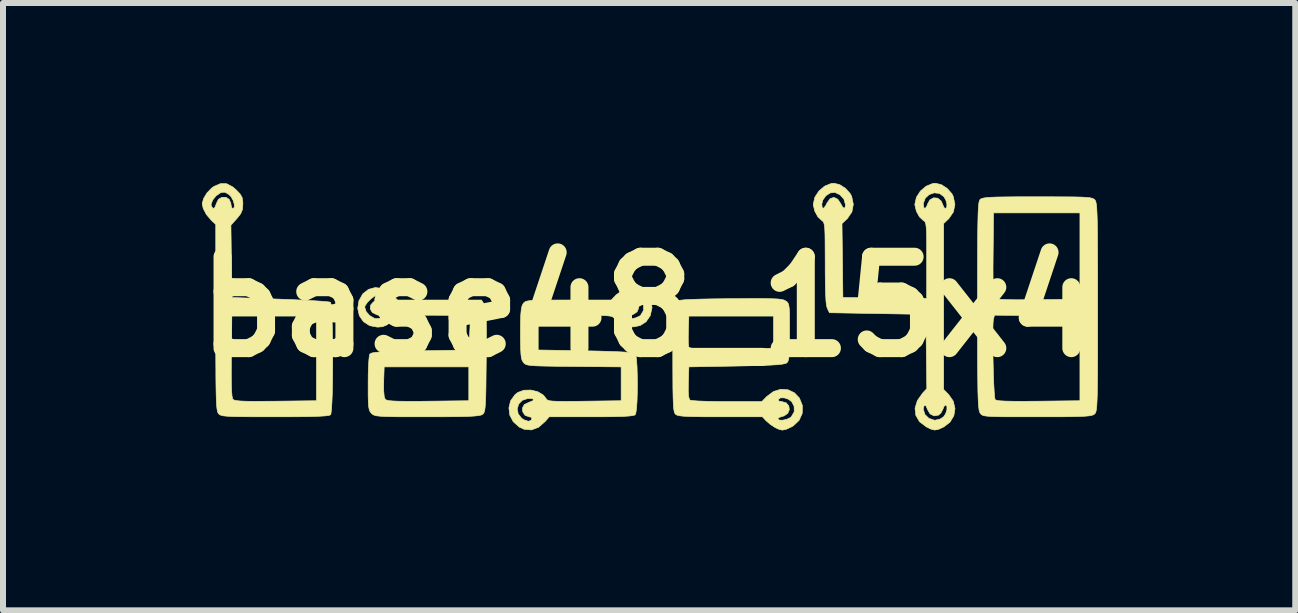
<source format=kicad_pcb>
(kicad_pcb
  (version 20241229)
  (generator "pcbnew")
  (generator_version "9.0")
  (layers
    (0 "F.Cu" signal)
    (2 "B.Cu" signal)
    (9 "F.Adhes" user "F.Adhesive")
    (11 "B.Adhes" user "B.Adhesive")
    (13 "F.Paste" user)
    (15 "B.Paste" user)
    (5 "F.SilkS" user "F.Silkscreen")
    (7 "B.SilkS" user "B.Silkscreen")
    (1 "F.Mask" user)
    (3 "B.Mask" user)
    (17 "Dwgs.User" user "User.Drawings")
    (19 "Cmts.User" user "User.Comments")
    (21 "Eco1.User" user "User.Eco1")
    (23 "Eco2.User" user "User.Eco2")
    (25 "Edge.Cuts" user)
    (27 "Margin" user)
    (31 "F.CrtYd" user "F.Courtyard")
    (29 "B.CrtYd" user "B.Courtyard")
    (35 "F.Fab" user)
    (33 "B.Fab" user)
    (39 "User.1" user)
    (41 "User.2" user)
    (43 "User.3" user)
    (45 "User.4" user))
  (footprint "base48_15x4"
    (layer "F.Cu")
    (at 7.772 2.065)
    (property "Reference" "base48_15x4" (at 0 0 0) (layer "F.SilkS") (effects (font (size 1.524 1.524) (thickness 0.3))))
    (attr through_hole)
    (fp_poly (pts (xy -7.043 -2.052) (xy -6.94 -1.997) (xy -6.887 -1.952) (xy -6.82 -1.882) (xy -6.786 -1.824) (xy -6.774 -1.754) (xy -6.773 -1.712) (xy -6.78 -1.622) (xy -6.809 -1.552) (xy -6.869 -1.475) (xy -6.873 -1.471) (xy -6.972 -1.361) (xy -6.964 -0.758) (xy -6.957 -0.155) (xy -6.152 -0.127) (xy -5.944 -0.119) (xy -5.753 -0.11) (xy -5.587 -0.101) (xy -5.454 -0.092) (xy -5.361 -0.084) (xy -5.315 -0.077) (xy -5.313 -0.076) (xy -5.303 -0.042) (xy -5.294 0.04) (xy -5.287 0.162) (xy -5.282 0.316) (xy -5.278 0.494) (xy -5.275 0.687) (xy -5.275 0.887) (xy -5.276 1.086) (xy -5.278 1.276) (xy -5.282 1.449) (xy -5.288 1.596) (xy -5.295 1.709) (xy -5.304 1.78) (xy -5.311 1.801) (xy -5.338 1.811) (xy -5.4 1.819) (xy -5.499 1.825) (xy -5.64 1.83) (xy -5.828 1.833) (xy -6.065 1.834) (xy -6.238 1.834) (xy -6.488 1.834) (xy -6.686 1.833) (xy -6.841 1.832) (xy -6.957 1.829) (xy -7.041 1.824) (xy -7.099 1.818) (xy -7.138 1.809) (xy -7.162 1.797) (xy -7.178 1.783) (xy -7.178 1.783) (xy -7.188 1.768) (xy -7.197 1.743) (xy -7.204 1.705) (xy -7.21 1.648) (xy -7.215 1.569) (xy -7.218 1.463) (xy -7.221 1.325) (xy -7.223 1.151) (xy -7.223 1.069) (xy -6.966 1.069) (xy -6.965 1.255) (xy -6.961 1.393) (xy -6.954 1.484) (xy -6.944 1.534) (xy -6.939 1.542) (xy -6.919 1.555) (xy -6.879 1.564) (xy -6.811 1.571) (xy -6.711 1.575) (xy -6.571 1.576) (xy -6.385 1.575) (xy -6.226 1.574) (xy -5.546 1.566) (xy -5.546 0.155) (xy -6.957 0.155) (xy -6.964 0.829) (xy -6.966 1.069) (xy -7.223 1.069) (xy -7.224 0.936) (xy -7.225 0.677) (xy -7.225 0.367) (xy -7.225 0.179) (xy -7.225 -1.373) (xy -7.298 -1.441) (xy -7.381 -1.538) (xy -7.435 -1.642) (xy -7.449 -1.713) (xy -7.302 -1.713) (xy -7.299 -1.679) (xy -7.271 -1.64) (xy -7.241 -1.653) (xy -7.217 -1.714) (xy -7.215 -1.721) (xy -7.18 -1.792) (xy -7.122 -1.826) (xy -7.056 -1.826) (xy -7.001 -1.791) (xy -6.972 -1.724) (xy -6.971 -1.704) (xy -6.96 -1.653) (xy -6.941 -1.637) (xy -6.916 -1.658) (xy -6.916 -1.71) (xy -6.936 -1.776) (xy -6.972 -1.839) (xy -7.005 -1.872) (xy -7.068 -1.909) (xy -7.121 -1.909) (xy -7.152 -1.897) (xy -7.221 -1.848) (xy -7.275 -1.781) (xy -7.302 -1.713) (xy -7.449 -1.713) (xy -7.451 -1.719) (xy -7.428 -1.805) (xy -7.371 -1.899) (xy -7.292 -1.98) (xy -7.255 -2.007) (xy -7.144 -2.054) (xy -7.043 -2.052)) (stroke (width 0.01) (type solid)) (fill yes) (layer "F.SilkS"))
    (fp_poly (pts (xy -4.445 -0.306) (xy -4.327 -0.244) (xy -4.276 -0.198) (xy -4.195 -0.113) (xy -2.795 -0.113) (xy -2.751 -0.045) (xy -2.739 -0.02) (xy -2.729 0.018) (xy -2.721 0.075) (xy -2.716 0.157) (xy -2.714 0.269) (xy -2.712 0.419) (xy -2.713 0.612) (xy -2.715 0.855) (xy -2.715 0.888) (xy -2.718 1.133) (xy -2.72 1.327) (xy -2.723 1.477) (xy -2.728 1.589) (xy -2.733 1.669) (xy -2.74 1.723) (xy -2.75 1.758) (xy -2.762 1.78) (xy -2.777 1.794) (xy -2.778 1.794) (xy -2.804 1.806) (xy -2.849 1.815) (xy -2.919 1.822) (xy -3.019 1.828) (xy -3.157 1.831) (xy -3.336 1.833) (xy -3.563 1.834) (xy -3.703 1.834) (xy -3.947 1.834) (xy -4.142 1.834) (xy -4.293 1.832) (xy -4.406 1.829) (xy -4.487 1.824) (xy -4.544 1.818) (xy -4.582 1.808) (xy -4.607 1.796) (xy -4.625 1.781) (xy -4.628 1.778) (xy -4.65 1.752) (xy -4.665 1.719) (xy -4.675 1.668) (xy -4.681 1.591) (xy -4.684 1.478) (xy -4.684 1.398) (xy -4.425 1.398) (xy -4.416 1.497) (xy -4.4 1.541) (xy -4.38 1.554) (xy -4.341 1.564) (xy -4.277 1.57) (xy -4.18 1.574) (xy -4.045 1.576) (xy -3.864 1.576) (xy -3.686 1.574) (xy -3.006 1.566) (xy -3.006 1.002) (xy -4.417 1.002) (xy -4.425 1.252) (xy -4.425 1.398) (xy -4.684 1.398) (xy -4.684 1.321) (xy -4.684 1.277) (xy -4.683 1.122) (xy -4.678 0.985) (xy -4.671 0.876) (xy -4.663 0.807) (xy -4.657 0.79) (xy -4.642 0.778) (xy -4.608 0.767) (xy -4.551 0.759) (xy -4.465 0.752) (xy -4.344 0.746) (xy -4.181 0.741) (xy -3.972 0.737) (xy -3.818 0.734) (xy -3.006 0.72) (xy -2.992 0.458) (xy -2.986 0.34) (xy -2.984 0.244) (xy -2.985 0.182) (xy -2.987 0.169) (xy -3.018 0.159) (xy -3.1 0.152) (xy -3.228 0.146) (xy -3.397 0.142) (xy -3.59 0.141) (xy -4.184 0.141) (xy -4.293 0.24) (xy -4.373 0.303) (xy -4.444 0.332) (xy -4.529 0.339) (xy -4.66 0.314) (xy -4.763 0.247) (xy -4.831 0.148) (xy -4.858 0.026) (xy -4.855 0.008) (xy -4.741 0.008) (xy -4.717 0.081) (xy -4.657 0.148) (xy -4.582 0.191) (xy -4.542 0.198) (xy -4.483 0.19) (xy -4.459 0.173) (xy -4.483 0.15) (xy -4.54 0.132) (xy -4.614 0.096) (xy -4.649 0.037) (xy -4.643 -0.028) (xy -4.597 -0.081) (xy -4.54 -0.104) (xy -4.482 -0.128) (xy -4.471 -0.161) (xy -4.508 -0.188) (xy -4.525 -0.193) (xy -4.574 -0.179) (xy -4.636 -0.134) (xy -4.696 -0.075) (xy -4.735 -0.017) (xy -4.741 0.008) (xy -4.855 0.008) (xy -4.838 -0.1) (xy -4.773 -0.216) (xy -4.679 -0.29) (xy -4.566 -0.321) (xy -4.445 -0.306)) (stroke (width 0.01) (type solid)) (fill yes) (layer "F.SilkS"))
    (fp_poly (pts (xy 6.727 -1.834) (xy 6.928 -1.833) (xy 7.085 -1.832) (xy 7.204 -1.829) (xy 7.29 -1.824) (xy 7.35 -1.818) (xy 7.389 -1.809) (xy 7.414 -1.798) (xy 7.431 -1.784) (xy 7.432 -1.783) (xy 7.442 -1.768) (xy 7.45 -1.745) (xy 7.457 -1.708) (xy 7.463 -1.654) (xy 7.467 -1.578) (xy 7.471 -1.477) (xy 7.474 -1.345) (xy 7.476 -1.179) (xy 7.477 -0.975) (xy 7.478 -0.728) (xy 7.479 -0.434) (xy 7.479 -0.089) (xy 7.479 0.005) (xy 7.479 0.362) (xy 7.479 0.666) (xy 7.478 0.923) (xy 7.477 1.136) (xy 7.475 1.309) (xy 7.473 1.448) (xy 7.469 1.555) (xy 7.465 1.636) (xy 7.46 1.694) (xy 7.453 1.735) (xy 7.446 1.761) (xy 7.436 1.778) (xy 7.427 1.788) (xy 7.408 1.801) (xy 7.377 1.811) (xy 7.33 1.819) (xy 7.259 1.825) (xy 7.159 1.829) (xy 7.025 1.832) (xy 6.849 1.834) (xy 6.627 1.834) (xy 6.469 1.834) (xy 6.22 1.834) (xy 6.02 1.834) (xy 5.865 1.833) (xy 5.748 1.83) (xy 5.664 1.826) (xy 5.606 1.82) (xy 5.568 1.812) (xy 5.545 1.8) (xy 5.529 1.786) (xy 5.519 1.772) (xy 5.51 1.753) (xy 5.502 1.724) (xy 5.496 1.679) (xy 5.49 1.614) (xy 5.486 1.526) (xy 5.482 1.409) (xy 5.48 1.261) (xy 5.478 1.075) (xy 5.476 0.85) (xy 5.476 0.579) (xy 5.475 0.49) (xy 5.73 0.49) (xy 5.731 0.643) (xy 5.733 0.81) (xy 5.737 0.981) (xy 5.741 1.146) (xy 5.747 1.295) (xy 5.754 1.418) (xy 5.761 1.505) (xy 5.768 1.546) (xy 5.768 1.547) (xy 5.79 1.558) (xy 5.843 1.567) (xy 5.932 1.572) (xy 6.063 1.575) (xy 6.239 1.576) (xy 6.467 1.574) (xy 6.486 1.574) (xy 7.183 1.566) (xy 7.183 0.155) (xy 6.471 0.148) (xy 5.759 0.14) (xy 5.74 0.213) (xy 5.735 0.265) (xy 5.732 0.361) (xy 5.73 0.49) (xy 5.475 0.49) (xy 5.475 0.259) (xy 5.475 -0.018) (xy 5.475 -0.377) (xy 5.476 -0.636) (xy 5.734 -0.636) (xy 5.735 -0.447) (xy 5.739 -0.308) (xy 5.746 -0.213) (xy 5.755 -0.162) (xy 5.761 -0.151) (xy 5.781 -0.139) (xy 5.821 -0.129) (xy 5.888 -0.123) (xy 5.988 -0.119) (xy 6.127 -0.117) (xy 6.311 -0.118) (xy 6.488 -0.119) (xy 7.183 -0.127) (xy 7.183 -1.566) (xy 5.743 -1.566) (xy 5.736 -0.878) (xy 5.734 -0.636) (xy 5.476 -0.636) (xy 5.476 -0.684) (xy 5.477 -0.942) (xy 5.478 -1.156) (xy 5.48 -1.331) (xy 5.483 -1.47) (xy 5.486 -1.578) (xy 5.491 -1.658) (xy 5.496 -1.716) (xy 5.503 -1.754) (xy 5.511 -1.778) (xy 5.519 -1.79) (xy 5.538 -1.802) (xy 5.57 -1.812) (xy 5.62 -1.82) (xy 5.696 -1.826) (xy 5.803 -1.83) (xy 5.946 -1.832) (xy 6.132 -1.834) (xy 6.366 -1.834) (xy 6.475 -1.834) (xy 6.727 -1.834)) (stroke (width 0.01) (type solid)) (fill yes) (layer "F.SilkS"))
    (fp_poly (pts (xy 1.948 -0.137) (xy 2.064 -0.134) (xy 2.148 -0.13) (xy 2.207 -0.123) (xy 2.247 -0.113) (xy 2.273 -0.101) (xy 2.275 -0.099) (xy 2.3 -0.082) (xy 2.317 -0.06) (xy 2.329 -0.025) (xy 2.337 0.031) (xy 2.341 0.117) (xy 2.342 0.243) (xy 2.342 0.415) (xy 2.342 0.421) (xy 2.342 0.599) (xy 2.339 0.729) (xy 2.334 0.82) (xy 2.325 0.879) (xy 2.313 0.914) (xy 2.296 0.935) (xy 2.269 0.947) (xy 2.216 0.957) (xy 2.132 0.966) (xy 2.012 0.973) (xy 1.849 0.979) (xy 1.64 0.984) (xy 1.456 0.988) (xy 0.663 1.002) (xy 0.655 1.268) (xy 0.653 1.406) (xy 0.659 1.496) (xy 0.673 1.545) (xy 0.683 1.556) (xy 0.721 1.563) (xy 0.807 1.57) (xy 0.931 1.575) (xy 1.084 1.578) (xy 1.258 1.58) (xy 1.3 1.58) (xy 1.88 1.58) (xy 1.962 1.496) (xy 2.074 1.412) (xy 2.195 1.375) (xy 2.315 1.383) (xy 2.422 1.433) (xy 2.506 1.521) (xy 2.555 1.644) (xy 2.556 1.649) (xy 2.553 1.777) (xy 2.501 1.893) (xy 2.405 1.984) (xy 2.374 2.002) (xy 2.285 2.043) (xy 2.22 2.056) (xy 2.158 2.04) (xy 2.103 2.014) (xy 2.02 1.96) (xy 1.953 1.902) (xy 1.919 1.866) (xy 2.145 1.866) (xy 2.168 1.888) (xy 2.223 1.891) (xy 2.291 1.877) (xy 2.351 1.85) (xy 2.371 1.834) (xy 2.42 1.75) (xy 2.417 1.656) (xy 2.378 1.583) (xy 2.323 1.541) (xy 2.253 1.518) (xy 2.19 1.518) (xy 2.153 1.543) (xy 2.153 1.545) (xy 2.165 1.573) (xy 2.21 1.58) (xy 2.286 1.601) (xy 2.329 1.652) (xy 2.338 1.716) (xy 2.311 1.778) (xy 2.248 1.82) (xy 2.229 1.825) (xy 2.17 1.844) (xy 2.145 1.866) (xy 2.145 1.866) (xy 1.919 1.866) (xy 1.889 1.834) (xy 1.186 1.834) (xy 0.964 1.834) (xy 0.792 1.832) (xy 0.663 1.829) (xy 0.57 1.824) (xy 0.507 1.817) (xy 0.467 1.807) (xy 0.443 1.794) (xy 0.439 1.79) (xy 0.427 1.772) (xy 0.417 1.74) (xy 0.409 1.688) (xy 0.404 1.612) (xy 0.4 1.505) (xy 0.397 1.361) (xy 0.396 1.174) (xy 0.395 0.938) (xy 0.395 0.848) (xy 0.395 0.597) (xy 0.396 0.507) (xy 0.653 0.507) (xy 0.654 0.601) (xy 0.659 0.66) (xy 0.661 0.668) (xy 0.676 0.681) (xy 0.712 0.69) (xy 0.777 0.696) (xy 0.875 0.7) (xy 1.014 0.701) (xy 1.198 0.701) (xy 1.375 0.699) (xy 2.074 0.691) (xy 2.074 0.155) (xy 0.663 0.155) (xy 0.655 0.393) (xy 0.653 0.507) (xy 0.396 0.507) (xy 0.396 0.396) (xy 0.398 0.24) (xy 0.402 0.122) (xy 0.406 0.037) (xy 0.413 -0.021) (xy 0.422 -0.058) (xy 0.433 -0.08) (xy 0.442 -0.088) (xy 0.467 -0.1) (xy 0.516 -0.109) (xy 0.593 -0.117) (xy 0.704 -0.123) (xy 0.855 -0.128) (xy 1.05 -0.132) (xy 1.296 -0.135) (xy 1.348 -0.135) (xy 1.596 -0.137) (xy 1.794 -0.138) (xy 1.948 -0.137)) (stroke (width 0.01) (type solid)) (fill yes) (layer "F.SilkS"))
    (fp_poly (pts (xy 4.873 -2.036) (xy 4.97 -1.973) (xy 5.047 -1.887) (xy 5.07 -1.843) (xy 5.099 -1.709) (xy 5.074 -1.582) (xy 4.999 -1.472) (xy 4.993 -1.466) (xy 4.911 -1.388) (xy 4.911 1.379) (xy 4.993 1.461) (xy 5.071 1.573) (xy 5.1 1.696) (xy 5.081 1.816) (xy 5.017 1.923) (xy 4.914 2.002) (xy 4.826 2.043) (xy 4.761 2.055) (xy 4.695 2.038) (xy 4.622 2.002) (xy 4.51 1.917) (xy 4.447 1.81) (xy 4.436 1.707) (xy 4.572 1.707) (xy 4.597 1.793) (xy 4.663 1.859) (xy 4.753 1.89) (xy 4.77 1.891) (xy 4.852 1.872) (xy 4.911 1.834) (xy 4.945 1.781) (xy 4.965 1.717) (xy 4.966 1.663) (xy 4.945 1.637) (xy 4.942 1.637) (xy 4.917 1.661) (xy 4.899 1.707) (xy 4.864 1.773) (xy 4.826 1.806) (xy 4.751 1.819) (xy 4.684 1.785) (xy 4.641 1.712) (xy 4.64 1.707) (xy 4.615 1.649) (xy 4.589 1.642) (xy 4.573 1.686) (xy 4.572 1.707) (xy 4.436 1.707) (xy 4.434 1.69) (xy 4.473 1.563) (xy 4.562 1.437) (xy 4.63 1.365) (xy 4.622 0.746) (xy 4.614 0.127) (xy 3.811 0.113) (xy 3.007 0.099) (xy 2.972 0.028) (xy 2.959 -0.016) (xy 2.949 -0.096) (xy 2.943 -0.216) (xy 2.938 -0.382) (xy 2.936 -0.597) (xy 2.936 -0.726) (xy 2.935 -0.94) (xy 2.934 -1.104) (xy 2.932 -1.226) (xy 2.928 -1.312) (xy 2.921 -1.369) (xy 2.911 -1.405) (xy 2.898 -1.425) (xy 2.881 -1.438) (xy 2.879 -1.439) (xy 2.814 -1.5) (xy 2.763 -1.593) (xy 2.738 -1.695) (xy 2.738 -1.709) (xy 2.879 -1.709) (xy 2.887 -1.65) (xy 2.911 -1.644) (xy 2.946 -1.689) (xy 2.965 -1.729) (xy 3.018 -1.803) (xy 3.082 -1.824) (xy 3.145 -1.794) (xy 3.189 -1.729) (xy 3.229 -1.659) (xy 3.258 -1.641) (xy 3.272 -1.675) (xy 3.274 -1.704) (xy 3.248 -1.794) (xy 3.182 -1.868) (xy 3.099 -1.907) (xy 3.021 -1.899) (xy 2.947 -1.851) (xy 2.895 -1.778) (xy 2.879 -1.709) (xy 2.738 -1.709) (xy 2.738 -1.713) (xy 2.763 -1.826) (xy 2.831 -1.93) (xy 2.926 -2.011) (xy 3.036 -2.056) (xy 3.082 -2.06) (xy 3.179 -2.036) (xy 3.276 -1.973) (xy 3.353 -1.887) (xy 3.377 -1.843) (xy 3.405 -1.709) (xy 3.381 -1.581) (xy 3.306 -1.471) (xy 3.299 -1.465) (xy 3.216 -1.387) (xy 3.224 -0.771) (xy 3.231 -0.155) (xy 3.93 -0.148) (xy 4.628 -0.14) (xy 4.628 -0.775) (xy 4.628 -0.98) (xy 4.627 -1.136) (xy 4.625 -1.25) (xy 4.62 -1.329) (xy 4.613 -1.381) (xy 4.602 -1.412) (xy 4.587 -1.43) (xy 4.572 -1.439) (xy 4.507 -1.5) (xy 4.456 -1.593) (xy 4.432 -1.695) (xy 4.431 -1.704) (xy 4.572 -1.704) (xy 4.583 -1.648) (xy 4.607 -1.643) (xy 4.634 -1.686) (xy 4.64 -1.707) (xy 4.68 -1.782) (xy 4.743 -1.817) (xy 4.812 -1.811) (xy 4.869 -1.764) (xy 4.894 -1.708) (xy 4.917 -1.655) (xy 4.939 -1.637) (xy 4.963 -1.659) (xy 4.965 -1.713) (xy 4.947 -1.78) (xy 4.915 -1.836) (xy 4.841 -1.89) (xy 4.755 -1.9) (xy 4.671 -1.872) (xy 4.606 -1.813) (xy 4.573 -1.727) (xy 4.572 -1.704) (xy 4.431 -1.704) (xy 4.431 -1.713) (xy 4.457 -1.826) (xy 4.524 -1.93) (xy 4.62 -2.011) (xy 4.73 -2.056) (xy 4.775 -2.06) (xy 4.873 -2.036)) (stroke (width 0.01) (type solid)) (fill yes) (layer "F.SilkS"))
    (fp_poly (pts (xy -0.209 -0.31) (xy -0.106 -0.269) (xy -0.022 -0.197) (xy 0.032 -0.1) (xy 0.049 0.017) (xy 0.019 0.147) (xy 0.019 0.149) (xy -0.051 0.25) (xy -0.15 0.313) (xy -0.267 0.336) (xy -0.389 0.32) (xy -0.504 0.263) (xy -0.572 0.199) (xy -0.59 0.18) (xy -0.601 0.173) (xy -0.367 0.173) (xy -0.344 0.195) (xy -0.289 0.198) (xy -0.221 0.184) (xy -0.16 0.156) (xy -0.141 0.141) (xy -0.091 0.056) (xy -0.095 -0.042) (xy -0.115 -0.088) (xy -0.169 -0.144) (xy -0.246 -0.18) (xy -0.319 -0.182) (xy -0.324 -0.18) (xy -0.364 -0.151) (xy -0.353 -0.124) (xy -0.3 -0.113) (xy -0.225 -0.092) (xy -0.183 -0.041) (xy -0.175 0.023) (xy -0.201 0.085) (xy -0.264 0.126) (xy -0.283 0.131) (xy -0.342 0.15) (xy -0.367 0.173) (xy -0.367 0.173) (xy -0.601 0.173) (xy -0.614 0.165) (xy -0.65 0.155) (xy -0.706 0.149) (xy -0.79 0.145) (xy -0.909 0.145) (xy -1.071 0.146) (xy -1.235 0.148) (xy -1.849 0.155) (xy -1.849 0.72) (xy -1.058 0.734) (xy -0.852 0.738) (xy -0.662 0.744) (xy -0.499 0.75) (xy -0.368 0.757) (xy -0.277 0.764) (xy -0.234 0.77) (xy -0.233 0.771) (xy -0.219 0.807) (xy -0.209 0.888) (xy -0.201 1.002) (xy -0.197 1.14) (xy -0.195 1.288) (xy -0.197 1.436) (xy -0.201 1.573) (xy -0.209 1.687) (xy -0.22 1.767) (xy -0.231 1.801) (xy -0.262 1.812) (xy -0.329 1.821) (xy -0.437 1.828) (xy -0.591 1.832) (xy -0.794 1.834) (xy -0.965 1.834) (xy -1.665 1.834) (xy -1.729 1.908) (xy -1.842 2.008) (xy -1.962 2.053) (xy -2.084 2.042) (xy -2.165 2.005) (xy -2.265 1.916) (xy -2.323 1.805) (xy -2.335 1.703) (xy -2.198 1.703) (xy -2.182 1.787) (xy -2.125 1.859) (xy -2.088 1.883) (xy -2.012 1.909) (xy -1.967 1.892) (xy -1.954 1.868) (xy -1.967 1.841) (xy -1.998 1.834) (xy -2.068 1.81) (xy -2.108 1.748) (xy -2.112 1.688) (xy -2.081 1.63) (xy -2.011 1.596) (xy -1.939 1.567) (xy -1.923 1.542) (xy -1.961 1.529) (xy -2.024 1.529) (xy -2.116 1.56) (xy -2.175 1.622) (xy -2.198 1.703) (xy -2.335 1.703) (xy -2.337 1.684) (xy -2.309 1.567) (xy -2.236 1.466) (xy -2.19 1.429) (xy -2.088 1.391) (xy -1.971 1.388) (xy -1.856 1.416) (xy -1.763 1.472) (xy -1.721 1.525) (xy -1.709 1.543) (xy -1.69 1.557) (xy -1.656 1.567) (xy -1.601 1.573) (xy -1.517 1.576) (xy -1.396 1.577) (xy -1.232 1.576) (xy -1.078 1.574) (xy -0.466 1.566) (xy -0.466 1.002) (xy -1.256 0.995) (xy -1.488 0.993) (xy -1.67 0.99) (xy -1.809 0.987) (xy -1.91 0.983) (xy -1.982 0.977) (xy -2.03 0.969) (xy -2.061 0.958) (xy -2.081 0.944) (xy -2.095 0.928) (xy -2.115 0.898) (xy -2.129 0.854) (xy -2.137 0.787) (xy -2.142 0.689) (xy -2.145 0.549) (xy -2.145 0.441) (xy -2.144 0.266) (xy -2.14 0.138) (xy -2.132 0.049) (xy -2.12 -0.01) (xy -2.103 -0.048) (xy -2.101 -0.05) (xy -2.086 -0.069) (xy -2.067 -0.084) (xy -2.037 -0.095) (xy -1.989 -0.103) (xy -1.917 -0.108) (xy -1.813 -0.111) (xy -1.67 -0.112) (xy -1.482 -0.113) (xy -1.344 -0.113) (xy -0.631 -0.113) (xy -0.55 -0.198) (xy -0.44 -0.28) (xy -0.324 -0.316) (xy -0.209 -0.31)) (stroke (width 0.01) (type solid)) (fill yes) (layer "F.SilkS")))
  (gr_rect
    (start -3 -3)
    (end 18.545 7.126)
    (stroke (width 0.1) (type default))
    (fill no)
    (layer "Edge.Cuts")))
</source>
